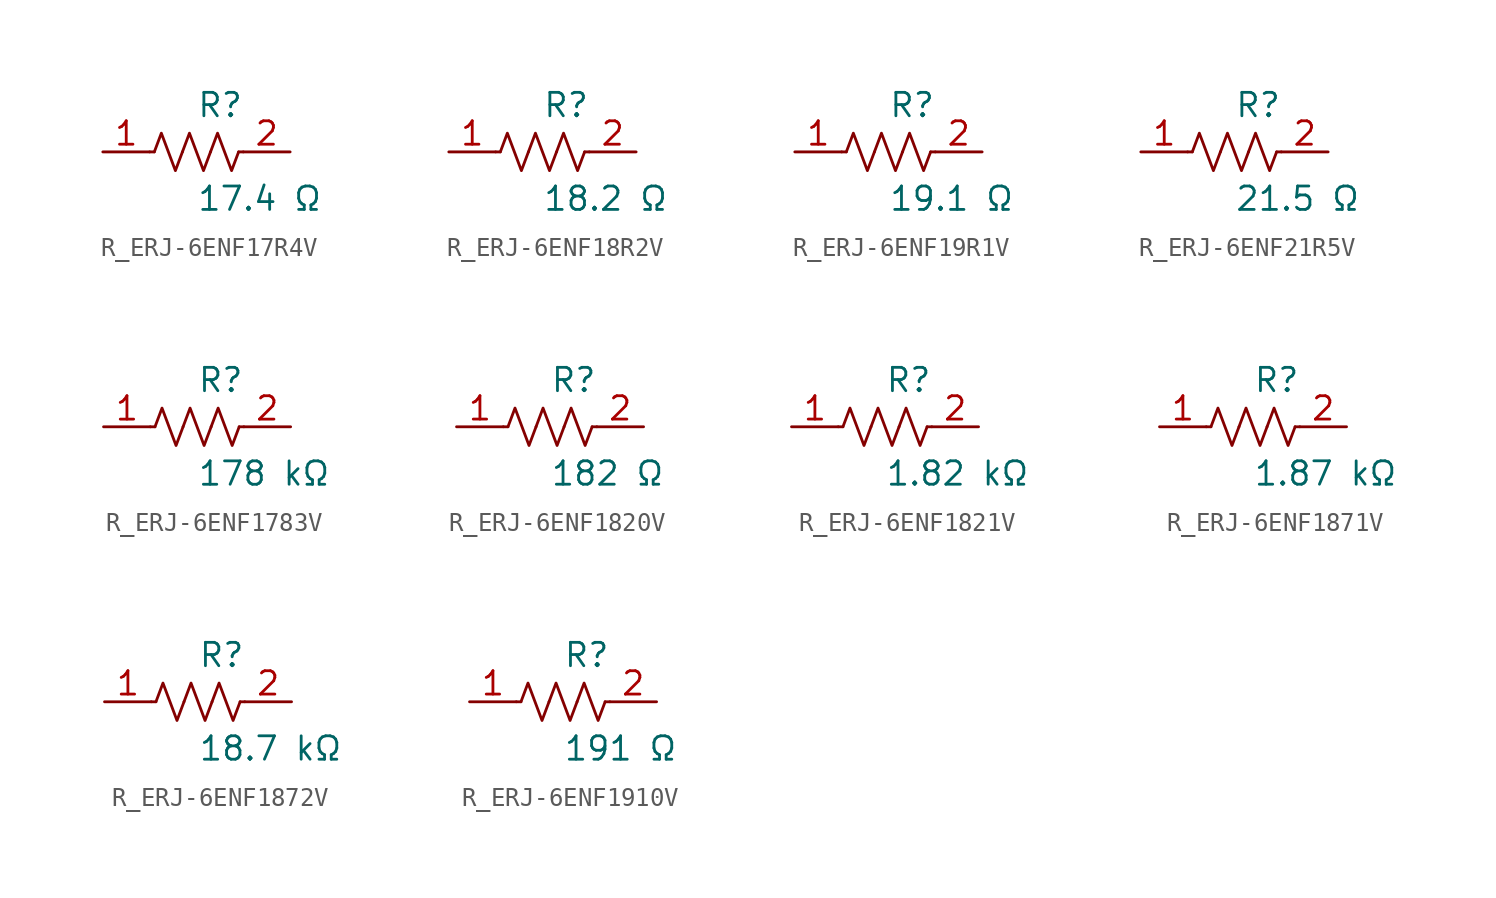
<source format=kicad_sym>
(kicad_symbol_lib
  (version 20231120)
  (generator kicad_symbol_editor)
  (generator_version 8.0)
  (symbol "R_ERJ-6ENF17R4V"
    (pin_names
      (offset 0.254))
    (property "Reference" "R"
      (at 0.0 2.54 0)
      (effects (font (size 1.27 1.27)) (justify left)))
    (property "Value" "17.4 Ω"
      (at 0.0 -2.54 0)
      (effects (font (size 1.27 1.27)) (justify left)))
    (symbol "R_ERJ-6ENF17R4V_0_1"
      (polyline (pts (xy 2.286 0) (xy 2.54 0)) (stroke (width 0) (type default)) (fill (type none)))
      (polyline (pts (xy -2.286 0) (xy -2.54 0)) (stroke (width 0) (type default)) (fill (type none)))
      (polyline (pts (xy 0.762 0) (xy 1.143 1.016) (xy 1.524 0) (xy 1.905 -1.016) (xy 2.286 0)) (stroke (width 0) (type default)) (fill (type none)))
      (polyline (pts (xy -0.762 0) (xy -0.381 1.016) (xy 0 0) (xy 0.381 -1.016) (xy 0.762 0)) (stroke (width 0) (type default)) (fill (type none)))
      (polyline (pts (xy -2.286 0) (xy -1.905 1.016) (xy -1.524 0) (xy -1.143 -1.016) (xy -0.762 0)) (stroke (width 0) (type default)) (fill (type none))))
    (pin unspecified line
      (at -5.08 0 0)
      (length 2.54)
      (name "" (effects (font (size 1.27 1.27))))
      (number "1" (effects (font (size 1.27 1.27)))))
    (pin unspecified line
      (at 5.08 0 180)
      (length 2.54)
      (name "" (effects (font (size 1.27 1.27))))
      (number "2" (effects (font (size 1.27 1.27))))))
  (symbol "R_ERJ-6ENF18R2V"
    (pin_names
      (offset 0.254))
    (property "Reference" "R"
      (at 0.0 2.54 0)
      (effects (font (size 1.27 1.27)) (justify left)))
    (property "Value" "18.2 Ω"
      (at 0.0 -2.54 0)
      (effects (font (size 1.27 1.27)) (justify left)))
    (symbol "R_ERJ-6ENF18R2V_0_1"
      (polyline (pts (xy 2.286 0) (xy 2.54 0)) (stroke (width 0) (type default)) (fill (type none)))
      (polyline (pts (xy -2.286 0) (xy -2.54 0)) (stroke (width 0) (type default)) (fill (type none)))
      (polyline (pts (xy 0.762 0) (xy 1.143 1.016) (xy 1.524 0) (xy 1.905 -1.016) (xy 2.286 0)) (stroke (width 0) (type default)) (fill (type none)))
      (polyline (pts (xy -0.762 0) (xy -0.381 1.016) (xy 0 0) (xy 0.381 -1.016) (xy 0.762 0)) (stroke (width 0) (type default)) (fill (type none)))
      (polyline (pts (xy -2.286 0) (xy -1.905 1.016) (xy -1.524 0) (xy -1.143 -1.016) (xy -0.762 0)) (stroke (width 0) (type default)) (fill (type none))))
    (pin unspecified line
      (at -5.08 0 0)
      (length 2.54)
      (name "" (effects (font (size 1.27 1.27))))
      (number "1" (effects (font (size 1.27 1.27)))))
    (pin unspecified line
      (at 5.08 0 180)
      (length 2.54)
      (name "" (effects (font (size 1.27 1.27))))
      (number "2" (effects (font (size 1.27 1.27))))))
  (symbol "R_ERJ-6ENF19R1V"
    (pin_names
      (offset 0.254))
    (property "Reference" "R"
      (at 0.0 2.54 0)
      (effects (font (size 1.27 1.27)) (justify left)))
    (property "Value" "19.1 Ω"
      (at 0.0 -2.54 0)
      (effects (font (size 1.27 1.27)) (justify left)))
    (symbol "R_ERJ-6ENF19R1V_0_1"
      (polyline (pts (xy 2.286 0) (xy 2.54 0)) (stroke (width 0) (type default)) (fill (type none)))
      (polyline (pts (xy -2.286 0) (xy -2.54 0)) (stroke (width 0) (type default)) (fill (type none)))
      (polyline (pts (xy 0.762 0) (xy 1.143 1.016) (xy 1.524 0) (xy 1.905 -1.016) (xy 2.286 0)) (stroke (width 0) (type default)) (fill (type none)))
      (polyline (pts (xy -0.762 0) (xy -0.381 1.016) (xy 0 0) (xy 0.381 -1.016) (xy 0.762 0)) (stroke (width 0) (type default)) (fill (type none)))
      (polyline (pts (xy -2.286 0) (xy -1.905 1.016) (xy -1.524 0) (xy -1.143 -1.016) (xy -0.762 0)) (stroke (width 0) (type default)) (fill (type none))))
    (pin unspecified line
      (at -5.08 0 0)
      (length 2.54)
      (name "" (effects (font (size 1.27 1.27))))
      (number "1" (effects (font (size 1.27 1.27)))))
    (pin unspecified line
      (at 5.08 0 180)
      (length 2.54)
      (name "" (effects (font (size 1.27 1.27))))
      (number "2" (effects (font (size 1.27 1.27))))))
  (symbol "R_ERJ-6ENF21R5V"
    (pin_names
      (offset 0.254))
    (property "Reference" "R"
      (at 0.0 2.54 0)
      (effects (font (size 1.27 1.27)) (justify left)))
    (property "Value" "21.5 Ω"
      (at 0.0 -2.54 0)
      (effects (font (size 1.27 1.27)) (justify left)))
    (symbol "R_ERJ-6ENF21R5V_0_1"
      (polyline (pts (xy 2.286 0) (xy 2.54 0)) (stroke (width 0) (type default)) (fill (type none)))
      (polyline (pts (xy -2.286 0) (xy -2.54 0)) (stroke (width 0) (type default)) (fill (type none)))
      (polyline (pts (xy 0.762 0) (xy 1.143 1.016) (xy 1.524 0) (xy 1.905 -1.016) (xy 2.286 0)) (stroke (width 0) (type default)) (fill (type none)))
      (polyline (pts (xy -0.762 0) (xy -0.381 1.016) (xy 0 0) (xy 0.381 -1.016) (xy 0.762 0)) (stroke (width 0) (type default)) (fill (type none)))
      (polyline (pts (xy -2.286 0) (xy -1.905 1.016) (xy -1.524 0) (xy -1.143 -1.016) (xy -0.762 0)) (stroke (width 0) (type default)) (fill (type none))))
    (pin unspecified line
      (at -5.08 0 0)
      (length 2.54)
      (name "" (effects (font (size 1.27 1.27))))
      (number "1" (effects (font (size 1.27 1.27)))))
    (pin unspecified line
      (at 5.08 0 180)
      (length 2.54)
      (name "" (effects (font (size 1.27 1.27))))
      (number "2" (effects (font (size 1.27 1.27))))))
  (symbol "R_ERJ-6ENF1783V"
    (pin_names
      (offset 0.254))
    (property "Reference" "R"
      (at 0.0 2.54 0)
      (effects (font (size 1.27 1.27)) (justify left)))
    (property "Value" "178 kΩ"
      (at 0.0 -2.54 0)
      (effects (font (size 1.27 1.27)) (justify left)))
    (symbol "R_ERJ-6ENF1783V_0_1"
      (polyline (pts (xy 2.286 0) (xy 2.54 0)) (stroke (width 0) (type default)) (fill (type none)))
      (polyline (pts (xy -2.286 0) (xy -2.54 0)) (stroke (width 0) (type default)) (fill (type none)))
      (polyline (pts (xy 0.762 0) (xy 1.143 1.016) (xy 1.524 0) (xy 1.905 -1.016) (xy 2.286 0)) (stroke (width 0) (type default)) (fill (type none)))
      (polyline (pts (xy -0.762 0) (xy -0.381 1.016) (xy 0 0) (xy 0.381 -1.016) (xy 0.762 0)) (stroke (width 0) (type default)) (fill (type none)))
      (polyline (pts (xy -2.286 0) (xy -1.905 1.016) (xy -1.524 0) (xy -1.143 -1.016) (xy -0.762 0)) (stroke (width 0) (type default)) (fill (type none))))
    (pin unspecified line
      (at -5.08 0 0)
      (length 2.54)
      (name "" (effects (font (size 1.27 1.27))))
      (number "1" (effects (font (size 1.27 1.27)))))
    (pin unspecified line
      (at 5.08 0 180)
      (length 2.54)
      (name "" (effects (font (size 1.27 1.27))))
      (number "2" (effects (font (size 1.27 1.27))))))
  (symbol "R_ERJ-6ENF1820V"
    (pin_names
      (offset 0.254))
    (property "Reference" "R"
      (at 0.0 2.54 0)
      (effects (font (size 1.27 1.27)) (justify left)))
    (property "Value" "182 Ω"
      (at 0.0 -2.54 0)
      (effects (font (size 1.27 1.27)) (justify left)))
    (symbol "R_ERJ-6ENF1820V_0_1"
      (polyline (pts (xy 2.286 0) (xy 2.54 0)) (stroke (width 0) (type default)) (fill (type none)))
      (polyline (pts (xy -2.286 0) (xy -2.54 0)) (stroke (width 0) (type default)) (fill (type none)))
      (polyline (pts (xy 0.762 0) (xy 1.143 1.016) (xy 1.524 0) (xy 1.905 -1.016) (xy 2.286 0)) (stroke (width 0) (type default)) (fill (type none)))
      (polyline (pts (xy -0.762 0) (xy -0.381 1.016) (xy 0 0) (xy 0.381 -1.016) (xy 0.762 0)) (stroke (width 0) (type default)) (fill (type none)))
      (polyline (pts (xy -2.286 0) (xy -1.905 1.016) (xy -1.524 0) (xy -1.143 -1.016) (xy -0.762 0)) (stroke (width 0) (type default)) (fill (type none))))
    (pin unspecified line
      (at -5.08 0 0)
      (length 2.54)
      (name "" (effects (font (size 1.27 1.27))))
      (number "1" (effects (font (size 1.27 1.27)))))
    (pin unspecified line
      (at 5.08 0 180)
      (length 2.54)
      (name "" (effects (font (size 1.27 1.27))))
      (number "2" (effects (font (size 1.27 1.27))))))
  (symbol "R_ERJ-6ENF1821V"
    (pin_names
      (offset 0.254))
    (property "Reference" "R"
      (at 0.0 2.54 0)
      (effects (font (size 1.27 1.27)) (justify left)))
    (property "Value" "1.82 kΩ"
      (at 0.0 -2.54 0)
      (effects (font (size 1.27 1.27)) (justify left)))
    (symbol "R_ERJ-6ENF1821V_0_1"
      (polyline (pts (xy 2.286 0) (xy 2.54 0)) (stroke (width 0) (type default)) (fill (type none)))
      (polyline (pts (xy -2.286 0) (xy -2.54 0)) (stroke (width 0) (type default)) (fill (type none)))
      (polyline (pts (xy 0.762 0) (xy 1.143 1.016) (xy 1.524 0) (xy 1.905 -1.016) (xy 2.286 0)) (stroke (width 0) (type default)) (fill (type none)))
      (polyline (pts (xy -0.762 0) (xy -0.381 1.016) (xy 0 0) (xy 0.381 -1.016) (xy 0.762 0)) (stroke (width 0) (type default)) (fill (type none)))
      (polyline (pts (xy -2.286 0) (xy -1.905 1.016) (xy -1.524 0) (xy -1.143 -1.016) (xy -0.762 0)) (stroke (width 0) (type default)) (fill (type none))))
    (pin unspecified line
      (at -5.08 0 0)
      (length 2.54)
      (name "" (effects (font (size 1.27 1.27))))
      (number "1" (effects (font (size 1.27 1.27)))))
    (pin unspecified line
      (at 5.08 0 180)
      (length 2.54)
      (name "" (effects (font (size 1.27 1.27))))
      (number "2" (effects (font (size 1.27 1.27))))))
  (symbol "R_ERJ-6ENF1871V"
    (pin_names
      (offset 0.254))
    (property "Reference" "R"
      (at 0.0 2.54 0)
      (effects (font (size 1.27 1.27)) (justify left)))
    (property "Value" "1.87 kΩ"
      (at 0.0 -2.54 0)
      (effects (font (size 1.27 1.27)) (justify left)))
    (symbol "R_ERJ-6ENF1871V_0_1"
      (polyline (pts (xy 2.286 0) (xy 2.54 0)) (stroke (width 0) (type default)) (fill (type none)))
      (polyline (pts (xy -2.286 0) (xy -2.54 0)) (stroke (width 0) (type default)) (fill (type none)))
      (polyline (pts (xy 0.762 0) (xy 1.143 1.016) (xy 1.524 0) (xy 1.905 -1.016) (xy 2.286 0)) (stroke (width 0) (type default)) (fill (type none)))
      (polyline (pts (xy -0.762 0) (xy -0.381 1.016) (xy 0 0) (xy 0.381 -1.016) (xy 0.762 0)) (stroke (width 0) (type default)) (fill (type none)))
      (polyline (pts (xy -2.286 0) (xy -1.905 1.016) (xy -1.524 0) (xy -1.143 -1.016) (xy -0.762 0)) (stroke (width 0) (type default)) (fill (type none))))
    (pin unspecified line
      (at -5.08 0 0)
      (length 2.54)
      (name "" (effects (font (size 1.27 1.27))))
      (number "1" (effects (font (size 1.27 1.27)))))
    (pin unspecified line
      (at 5.08 0 180)
      (length 2.54)
      (name "" (effects (font (size 1.27 1.27))))
      (number "2" (effects (font (size 1.27 1.27))))))
  (symbol "R_ERJ-6ENF1872V"
    (pin_names
      (offset 0.254))
    (property "Reference" "R"
      (at 0.0 2.54 0)
      (effects (font (size 1.27 1.27)) (justify left)))
    (property "Value" "18.7 kΩ"
      (at 0.0 -2.54 0)
      (effects (font (size 1.27 1.27)) (justify left)))
    (symbol "R_ERJ-6ENF1872V_0_1"
      (polyline (pts (xy 2.286 0) (xy 2.54 0)) (stroke (width 0) (type default)) (fill (type none)))
      (polyline (pts (xy -2.286 0) (xy -2.54 0)) (stroke (width 0) (type default)) (fill (type none)))
      (polyline (pts (xy 0.762 0) (xy 1.143 1.016) (xy 1.524 0) (xy 1.905 -1.016) (xy 2.286 0)) (stroke (width 0) (type default)) (fill (type none)))
      (polyline (pts (xy -0.762 0) (xy -0.381 1.016) (xy 0 0) (xy 0.381 -1.016) (xy 0.762 0)) (stroke (width 0) (type default)) (fill (type none)))
      (polyline (pts (xy -2.286 0) (xy -1.905 1.016) (xy -1.524 0) (xy -1.143 -1.016) (xy -0.762 0)) (stroke (width 0) (type default)) (fill (type none))))
    (pin unspecified line
      (at -5.08 0 0)
      (length 2.54)
      (name "" (effects (font (size 1.27 1.27))))
      (number "1" (effects (font (size 1.27 1.27)))))
    (pin unspecified line
      (at 5.08 0 180)
      (length 2.54)
      (name "" (effects (font (size 1.27 1.27))))
      (number "2" (effects (font (size 1.27 1.27))))))
  (symbol "R_ERJ-6ENF1910V"
    (pin_names
      (offset 0.254))
    (property "Reference" "R"
      (at 0.0 2.54 0)
      (effects (font (size 1.27 1.27)) (justify left)))
    (property "Value" "191 Ω"
      (at 0.0 -2.54 0)
      (effects (font (size 1.27 1.27)) (justify left)))
    (symbol "R_ERJ-6ENF1910V_0_1"
      (polyline (pts (xy 2.286 0) (xy 2.54 0)) (stroke (width 0) (type default)) (fill (type none)))
      (polyline (pts (xy -2.286 0) (xy -2.54 0)) (stroke (width 0) (type default)) (fill (type none)))
      (polyline (pts (xy 0.762 0) (xy 1.143 1.016) (xy 1.524 0) (xy 1.905 -1.016) (xy 2.286 0)) (stroke (width 0) (type default)) (fill (type none)))
      (polyline (pts (xy -0.762 0) (xy -0.381 1.016) (xy 0 0) (xy 0.381 -1.016) (xy 0.762 0)) (stroke (width 0) (type default)) (fill (type none)))
      (polyline (pts (xy -2.286 0) (xy -1.905 1.016) (xy -1.524 0) (xy -1.143 -1.016) (xy -0.762 0)) (stroke (width 0) (type default)) (fill (type none))))
    (pin unspecified line
      (at -5.08 0 0)
      (length 2.54)
      (name "" (effects (font (size 1.27 1.27))))
      (number "1" (effects (font (size 1.27 1.27)))))
    (pin unspecified line
      (at 5.08 0 180)
      (length 2.54)
      (name "" (effects (font (size 1.27 1.27))))
      (number "2" (effects (font (size 1.27 1.27)))))))
</source>
